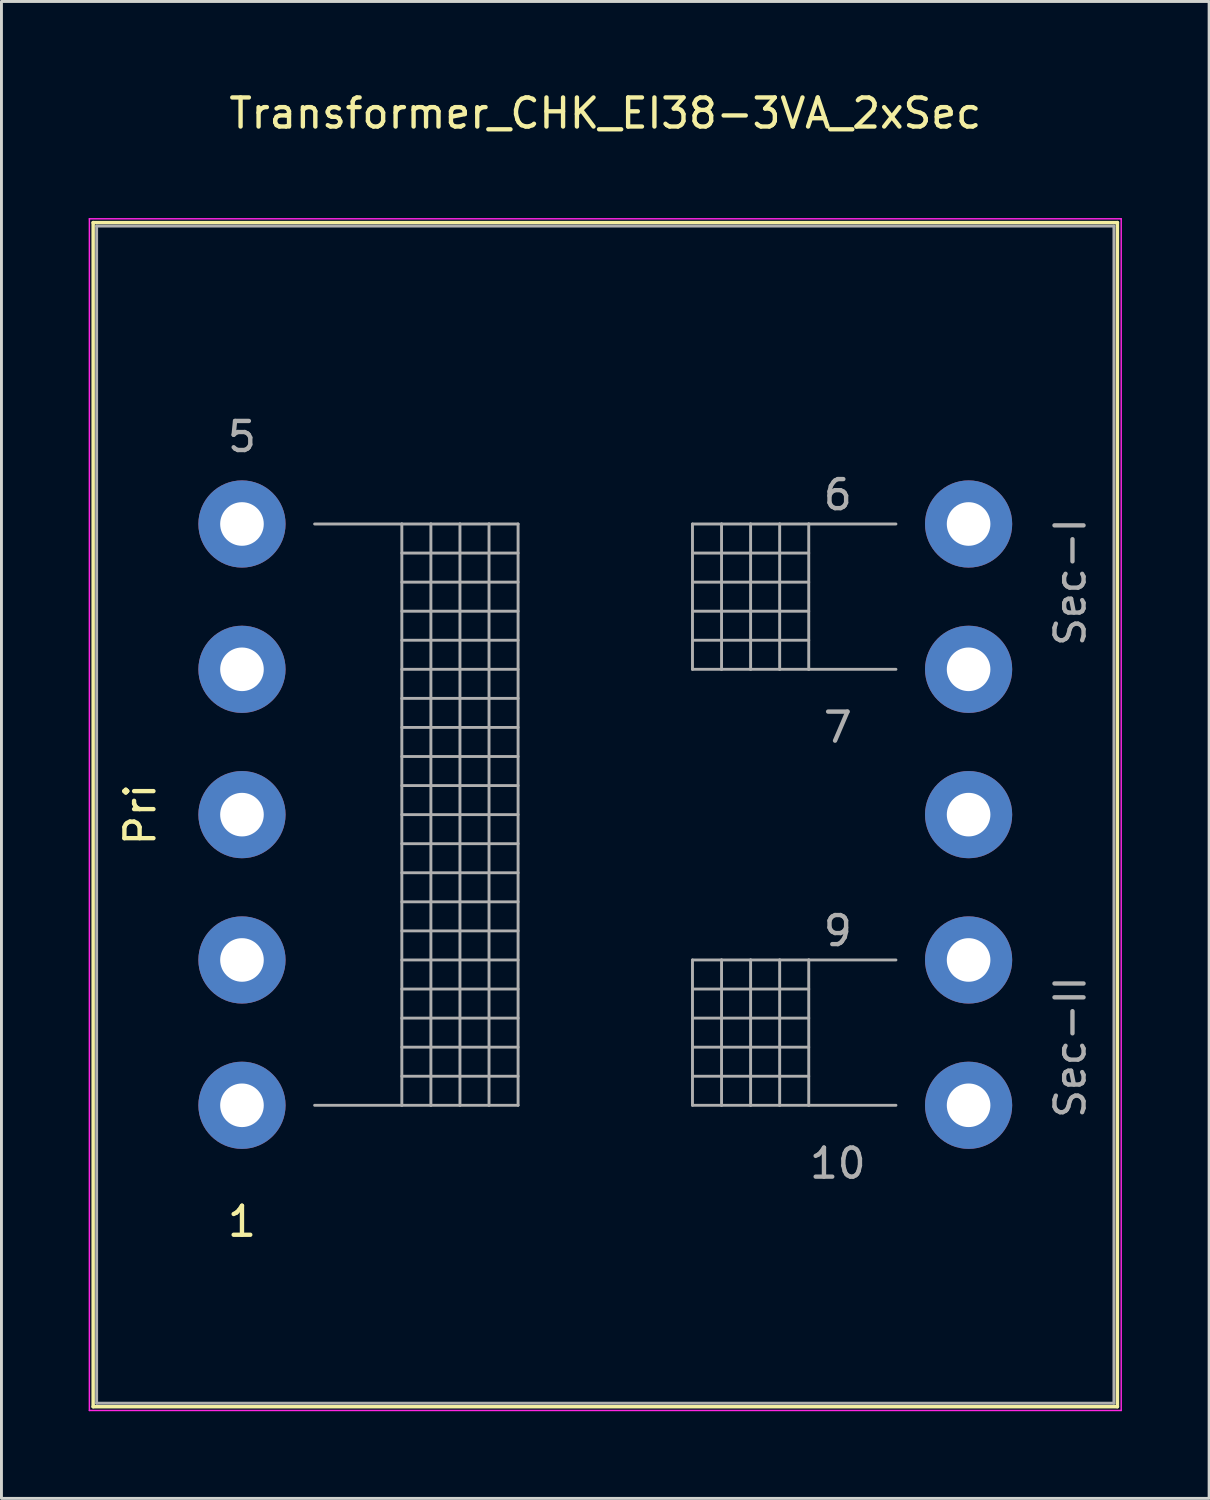
<source format=kicad_pcb>
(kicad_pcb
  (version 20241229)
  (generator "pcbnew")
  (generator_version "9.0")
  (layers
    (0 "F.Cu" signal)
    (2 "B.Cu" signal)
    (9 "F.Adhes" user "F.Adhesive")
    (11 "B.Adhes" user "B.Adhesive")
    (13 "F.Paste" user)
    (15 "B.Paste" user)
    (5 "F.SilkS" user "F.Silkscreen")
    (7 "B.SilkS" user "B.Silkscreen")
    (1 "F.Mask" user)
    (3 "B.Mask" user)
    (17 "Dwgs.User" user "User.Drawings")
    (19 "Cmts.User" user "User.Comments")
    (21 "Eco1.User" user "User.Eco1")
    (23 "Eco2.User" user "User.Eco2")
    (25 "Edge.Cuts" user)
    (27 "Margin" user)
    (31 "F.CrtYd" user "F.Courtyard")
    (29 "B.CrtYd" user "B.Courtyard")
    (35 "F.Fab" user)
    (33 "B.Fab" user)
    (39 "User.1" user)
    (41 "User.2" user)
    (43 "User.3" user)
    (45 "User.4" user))
  (footprint "Transformer_CHK_EI38-3VA_2xSec"
    (layer "F.Cu")
    (at 5.275 34.978)
    (property "Reference" "Transformer_CHK_EI38-3VA_2xSec" (at 12.5 -34.13 0) (layer "F.SilkS") (effects (font (size 1 1) (thickness 0.15))))
    (attr through_hole)
    (fp_line (start -5.12 -30.37) (end -5.12 10.37) (stroke (width 0.12) (type solid)) (layer "F.SilkS"))
    (fp_line (start -5.12 -30.37) (end 30.12 -30.37) (stroke (width 0.12) (type solid)) (layer "F.SilkS"))
    (fp_line (start 30.12 10.37) (end -5.12 10.37) (stroke (width 0.12) (type solid)) (layer "F.SilkS"))
    (fp_line (start 30.12 10.37) (end 30.12 -30.37) (stroke (width 0.12) (type solid)) (layer "F.SilkS"))
    (fp_line (start -5.25 -30.5) (end -5.25 10.5) (stroke (width 0.05) (type solid)) (layer "F.CrtYd"))
    (fp_line (start -5.25 -30.5) (end 30.25 -30.5) (stroke (width 0.05) (type solid)) (layer "F.CrtYd"))
    (fp_line (start 30.25 10.5) (end -5.25 10.5) (stroke (width 0.05) (type solid)) (layer "F.CrtYd"))
    (fp_line (start 30.25 10.5) (end 30.25 -30.5) (stroke (width 0.05) (type solid)) (layer "F.CrtYd"))
    (fp_line (start -5 -30.25) (end -5 10.25) (stroke (width 0.1) (type solid)) (layer "F.Fab"))
    (fp_line (start -5 10.25) (end 30 10.25) (stroke (width 0.1) (type solid)) (layer "F.Fab"))
    (fp_line (start 2.5 -20) (end 5.5 -20) (stroke (width 0.1) (type solid)) (layer "F.Fab"))
    (fp_line (start 5.5 -20) (end 5.5 0) (stroke (width 0.1) (type solid)) (layer "F.Fab"))
    (fp_line (start 5.5 -20) (end 6.5 -20) (stroke (width 0.1) (type solid)) (layer "F.Fab"))
    (fp_line (start 5.5 -19) (end 9.5 -19) (stroke (width 0.1) (type solid)) (layer "F.Fab"))
    (fp_line (start 5.5 -18) (end 9.5 -18) (stroke (width 0.1) (type solid)) (layer "F.Fab"))
    (fp_line (start 5.5 -17) (end 9.5 -17) (stroke (width 0.1) (type solid)) (layer "F.Fab"))
    (fp_line (start 5.5 -16) (end 9.5 -16) (stroke (width 0.1) (type solid)) (layer "F.Fab"))
    (fp_line (start 5.5 -15) (end 9.5 -15) (stroke (width 0.1) (type solid)) (layer "F.Fab"))
    (fp_line (start 5.5 -14) (end 9.5 -14) (stroke (width 0.1) (type solid)) (layer "F.Fab"))
    (fp_line (start 5.5 -13) (end 9.5 -13) (stroke (width 0.1) (type solid)) (layer "F.Fab"))
    (fp_line (start 5.5 -12) (end 9.5 -12) (stroke (width 0.1) (type solid)) (layer "F.Fab"))
    (fp_line (start 5.5 -11) (end 9.5 -11) (stroke (width 0.1) (type solid)) (layer "F.Fab"))
    (fp_line (start 5.5 -10) (end 9.5 -10) (stroke (width 0.1) (type solid)) (layer "F.Fab"))
    (fp_line (start 5.5 -9) (end 9.5 -9) (stroke (width 0.1) (type solid)) (layer "F.Fab"))
    (fp_line (start 5.5 -8) (end 9.5 -8) (stroke (width 0.1) (type solid)) (layer "F.Fab"))
    (fp_line (start 5.5 -7) (end 9.5 -7) (stroke (width 0.1) (type solid)) (layer "F.Fab"))
    (fp_line (start 5.5 -6) (end 9.5 -6) (stroke (width 0.1) (type solid)) (layer "F.Fab"))
    (fp_line (start 5.5 -5) (end 9.5 -5) (stroke (width 0.1) (type solid)) (layer "F.Fab"))
    (fp_line (start 5.5 -4) (end 9.5 -4) (stroke (width 0.1) (type solid)) (layer "F.Fab"))
    (fp_line (start 5.5 -3) (end 9.5 -3) (stroke (width 0.1) (type solid)) (layer "F.Fab"))
    (fp_line (start 5.5 -2) (end 9.5 -2) (stroke (width 0.1) (type solid)) (layer "F.Fab"))
    (fp_line (start 5.5 -1) (end 9.5 -1) (stroke (width 0.1) (type solid)) (layer "F.Fab"))
    (fp_line (start 5.5 0) (end 2.5 0) (stroke (width 0.1) (type solid)) (layer "F.Fab"))
    (fp_line (start 6.5 -20) (end 6.5 0) (stroke (width 0.1) (type solid)) (layer "F.Fab"))
    (fp_line (start 6.5 -20) (end 7.5 -20) (stroke (width 0.1) (type solid)) (layer "F.Fab"))
    (fp_line (start 6.5 0) (end 5.5 0) (stroke (width 0.1) (type solid)) (layer "F.Fab"))
    (fp_line (start 7.5 -20) (end 7.5 0) (stroke (width 0.1) (type solid)) (layer "F.Fab"))
    (fp_line (start 7.5 -20) (end 8.5 -20) (stroke (width 0.1) (type solid)) (layer "F.Fab"))
    (fp_line (start 7.5 0) (end 6.5 0) (stroke (width 0.1) (type solid)) (layer "F.Fab"))
    (fp_line (start 8.5 -20) (end 8.5 0) (stroke (width 0.1) (type solid)) (layer "F.Fab"))
    (fp_line (start 8.5 -20) (end 9.5 -20) (stroke (width 0.1) (type solid)) (layer "F.Fab"))
    (fp_line (start 8.5 0) (end 7.5 0) (stroke (width 0.1) (type solid)) (layer "F.Fab"))
    (fp_line (start 9.5 -20) (end 9.5 0) (stroke (width 0.1) (type solid)) (layer "F.Fab"))
    (fp_line (start 9.5 0) (end 8.5 0) (stroke (width 0.1) (type solid)) (layer "F.Fab"))
    (fp_line (start 15.5 -20) (end 15.5 -15) (stroke (width 0.1) (type solid)) (layer "F.Fab"))
    (fp_line (start 15.5 -19) (end 19.5 -19) (stroke (width 0.1) (type solid)) (layer "F.Fab"))
    (fp_line (start 15.5 -17) (end 19.5 -17) (stroke (width 0.1) (type solid)) (layer "F.Fab"))
    (fp_line (start 15.5 -15) (end 16.5 -15) (stroke (width 0.1) (type solid)) (layer "F.Fab"))
    (fp_line (start 15.5 -5) (end 15.5 0) (stroke (width 0.1) (type solid)) (layer "F.Fab"))
    (fp_line (start 15.5 -4) (end 19.5 -4) (stroke (width 0.1) (type solid)) (layer "F.Fab"))
    (fp_line (start 15.5 -3) (end 19.5 -3) (stroke (width 0.1) (type solid)) (layer "F.Fab"))
    (fp_line (start 15.5 -2) (end 19.5 -2) (stroke (width 0.1) (type solid)) (layer "F.Fab"))
    (fp_line (start 15.5 -1) (end 19.5 -1) (stroke (width 0.1) (type solid)) (layer "F.Fab"))
    (fp_line (start 15.5 0) (end 16.5 0) (stroke (width 0.1) (type solid)) (layer "F.Fab"))
    (fp_line (start 16.5 -20) (end 15.5 -20) (stroke (width 0.1) (type solid)) (layer "F.Fab"))
    (fp_line (start 16.5 -20) (end 16.5 -15) (stroke (width 0.1) (type solid)) (layer "F.Fab"))
    (fp_line (start 16.5 -15) (end 17.5 -15) (stroke (width 0.1) (type solid)) (layer "F.Fab"))
    (fp_line (start 16.5 -5) (end 15.5 -5) (stroke (width 0.1) (type solid)) (layer "F.Fab"))
    (fp_line (start 16.5 -5) (end 16.5 0) (stroke (width 0.1) (type solid)) (layer "F.Fab"))
    (fp_line (start 16.5 0) (end 17.5 0) (stroke (width 0.1) (type solid)) (layer "F.Fab"))
    (fp_line (start 17.5 -20) (end 16.5 -20) (stroke (width 0.1) (type solid)) (layer "F.Fab"))
    (fp_line (start 17.5 -20) (end 17.5 -15) (stroke (width 0.1) (type solid)) (layer "F.Fab"))
    (fp_line (start 17.5 -15) (end 18.5 -15) (stroke (width 0.1) (type solid)) (layer "F.Fab"))
    (fp_line (start 17.5 -5) (end 16.5 -5) (stroke (width 0.1) (type solid)) (layer "F.Fab"))
    (fp_line (start 17.5 -5) (end 17.5 0) (stroke (width 0.1) (type solid)) (layer "F.Fab"))
    (fp_line (start 17.5 0) (end 18.5 0) (stroke (width 0.1) (type solid)) (layer "F.Fab"))
    (fp_line (start 18.5 -20) (end 17.5 -20) (stroke (width 0.1) (type solid)) (layer "F.Fab"))
    (fp_line (start 18.5 -20) (end 18.5 -15) (stroke (width 0.1) (type solid)) (layer "F.Fab"))
    (fp_line (start 18.5 -15) (end 19.5 -15) (stroke (width 0.1) (type solid)) (layer "F.Fab"))
    (fp_line (start 18.5 -5) (end 17.5 -5) (stroke (width 0.1) (type solid)) (layer "F.Fab"))
    (fp_line (start 18.5 -5) (end 18.5 0) (stroke (width 0.1) (type solid)) (layer "F.Fab"))
    (fp_line (start 18.5 0) (end 19.5 0) (stroke (width 0.1) (type solid)) (layer "F.Fab"))
    (fp_line (start 19.5 -20) (end 18.5 -20) (stroke (width 0.1) (type solid)) (layer "F.Fab"))
    (fp_line (start 19.5 -20) (end 19.5 -15) (stroke (width 0.1) (type solid)) (layer "F.Fab"))
    (fp_line (start 19.5 -18) (end 15.5 -18) (stroke (width 0.1) (type solid)) (layer "F.Fab"))
    (fp_line (start 19.5 -16) (end 15.5 -16) (stroke (width 0.1) (type solid)) (layer "F.Fab"))
    (fp_line (start 19.5 -15) (end 22.5 -15) (stroke (width 0.1) (type solid)) (layer "F.Fab"))
    (fp_line (start 19.5 -5) (end 18.5 -5) (stroke (width 0.1) (type solid)) (layer "F.Fab"))
    (fp_line (start 19.5 -5) (end 19.5 0) (stroke (width 0.1) (type solid)) (layer "F.Fab"))
    (fp_line (start 19.5 0) (end 22.5 0) (stroke (width 0.1) (type solid)) (layer "F.Fab"))
    (fp_line (start 22.5 -20) (end 19.5 -20) (stroke (width 0.1) (type solid)) (layer "F.Fab"))
    (fp_line (start 22.5 -5) (end 19.5 -5) (stroke (width 0.1) (type solid)) (layer "F.Fab"))
    (fp_line (start 30 -30.25) (end -5 -30.25) (stroke (width 0.1) (type solid)) (layer "F.Fab"))
    (fp_line (start 30 10.25) (end 30 -30.25) (stroke (width 0.1) (type solid)) (layer "F.Fab"))
    (fp_text user "1" (at 0 4 0) (layer "F.SilkS") (effects (font (size 1 1) (thickness 0.15))))
    (fp_text user "Pri" (at -3.5 -10 90) (layer "F.SilkS") (effects (font (size 1 1) (thickness 0.15))))
    (fp_text user "10" (at 20.5 2 0) (layer "F.Fab") (effects (font (size 1 1) (thickness 0.15))))
    (fp_text user "5" (at 0 -23 0) (layer "F.Fab") (effects (font (size 1 1) (thickness 0.15))))
    (fp_text user "7" (at 20.5 -13 0) (layer "F.Fab") (effects (font (size 1 1) (thickness 0.15))))
    (fp_text user "6" (at 20.5 -21 0) (layer "F.Fab") (effects (font (size 1 1) (thickness 0.15))))
    (fp_text user "9" (at 20.5 -6 0) (layer "F.Fab") (effects (font (size 1 1) (thickness 0.15))))
    (fp_text user "Sec-I" (at 28.5 -18 90) (layer "F.Fab") (effects (font (size 1 1) (thickness 0.15))))
    (fp_text user "Sec-II" (at 28.5 -2 90) (layer "F.Fab") (effects (font (size 1 1) (thickness 0.15))))
    (pad "1" thru_hole circle (at 0 0) (size 3 3) (drill 1.5) (layers "*.Cu" "*.Mask"))
    (pad "2" thru_hole circle (at 0 -5) (size 3 3) (drill 1.5) (layers "*.Cu" "*.Mask"))
    (pad "3" thru_hole circle (at 0 -10) (size 3 3) (drill 1.5) (layers "*.Cu" "*.Mask"))
    (pad "4" thru_hole circle (at 0 -15) (size 3 3) (drill 1.5) (layers "*.Cu" "*.Mask"))
    (pad "5" thru_hole circle (at 0 -20) (size 3 3) (drill 1.5) (layers "*.Cu" "*.Mask"))
    (pad "6" thru_hole circle (at 25 -20) (size 3 3) (drill 1.5) (layers "*.Cu" "*.Mask"))
    (pad "7" thru_hole circle (at 25 -15) (size 3 3) (drill 1.5) (layers "*.Cu" "*.Mask"))
    (pad "8" thru_hole circle (at 25 -10) (size 3 3) (drill 1.5) (layers "*.Cu" "*.Mask"))
    (pad "9" thru_hole circle (at 25 -5) (size 3 3) (drill 1.5) (layers "*.Cu" "*.Mask"))
    (pad "10" thru_hole circle (at 25 0) (size 3 3) (drill 1.5) (layers "*.Cu" "*.Mask")))
  (gr_rect
    (start -3 -3)
    (end 38.55 48.503)
    (stroke (width 0.1) (type default))
    (fill no)
    (layer "Edge.Cuts")))
</source>
